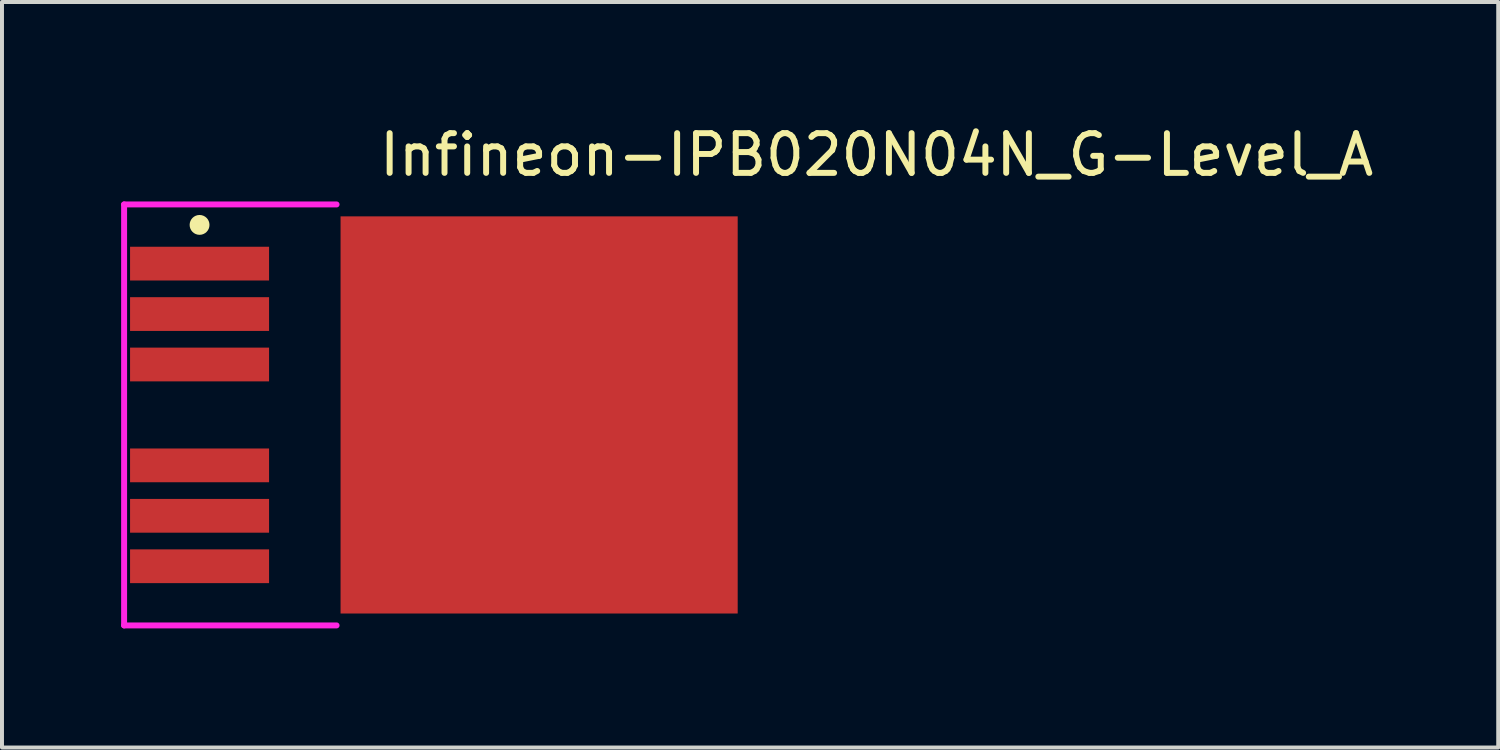
<source format=kicad_pcb>
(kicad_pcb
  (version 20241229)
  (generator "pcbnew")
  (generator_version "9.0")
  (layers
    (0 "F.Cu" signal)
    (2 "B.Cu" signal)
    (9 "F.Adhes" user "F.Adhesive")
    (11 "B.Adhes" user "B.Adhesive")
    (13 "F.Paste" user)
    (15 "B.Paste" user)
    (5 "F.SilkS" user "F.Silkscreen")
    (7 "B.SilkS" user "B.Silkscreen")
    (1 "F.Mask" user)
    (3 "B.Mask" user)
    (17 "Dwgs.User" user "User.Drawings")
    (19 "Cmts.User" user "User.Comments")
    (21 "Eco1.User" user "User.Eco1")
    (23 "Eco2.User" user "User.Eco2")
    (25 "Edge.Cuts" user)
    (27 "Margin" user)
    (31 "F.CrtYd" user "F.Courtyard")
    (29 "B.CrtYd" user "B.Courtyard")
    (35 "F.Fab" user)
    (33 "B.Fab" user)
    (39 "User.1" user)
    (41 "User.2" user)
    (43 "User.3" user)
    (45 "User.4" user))
  (footprint "Infineon-IPB020N04N_G-Level_A"
    (layer "F.Cu")
    (at 8.025 7.398)
    (property "Reference" "Infineon-IPB020N04N_G-Level_A" (at -1.6 -6.55 0) (layer "F.SilkS") (effects (font (size 1 1) (thickness 0.15)) (justify left)))
    (attr through_hole)
    (fp_circle (center -6.05 -4.785) (end -5.925 -4.785) (stroke (width 0.25) (type solid)) (fill no) (layer "F.SilkS"))
    (fp_poly (pts (xy 2.04 -0.45) (xy -2.46 -0.45) (xy -2.46 -4.95) (xy 2.04 -4.95)) (stroke (width 0.12) (type solid)) (fill yes) (layer "F.Paste"))
    (fp_poly (pts (xy 2.06 4.94) (xy -2.44 4.94) (xy -2.44 0.44) (xy 2.06 0.44)) (stroke (width 0.12) (type solid)) (fill yes) (layer "F.Paste"))
    (fp_poly (pts (xy 7.43 -0.44) (xy 2.93 -0.44) (xy 2.93 -4.94) (xy 7.43 -4.94)) (stroke (width 0.12) (type solid)) (fill yes) (layer "F.Paste"))
    (fp_poly (pts (xy 7.44 4.95) (xy 2.94 4.95) (xy 2.94 0.45) (xy 7.44 0.45)) (stroke (width 0.12) (type solid)) (fill yes) (layer "F.Paste"))
    (fp_line (start -7.95 -5.3) (end -7.95 5.3) (stroke (width 0.15) (type solid)) (layer "F.CrtYd"))
    (fp_line (start -7.95 5.3) (end -2.6 5.3) (stroke (width 0.15) (type solid)) (layer "F.CrtYd"))
    (fp_line (start -2.6 -5.3) (end -7.95 -5.3) (stroke (width 0.15) (type solid)) (layer "F.CrtYd"))
    (pad "1" smd rect (at -6.05 -3.81 90) (size 0.85 3.5) (layers "F.Cu" "F.Mask" "F.Paste"))
    (pad "2" smd rect (at -6.05 -2.54 90) (size 0.85 3.5) (layers "F.Cu" "F.Mask" "F.Paste"))
    (pad "3" smd rect (at -6.05 -1.27 90) (size 0.85 3.5) (layers "F.Cu" "F.Mask" "F.Paste"))
    (pad "4" smd rect (at 2.5 -0.000001 90) (size 10 10) (layers "F.Cu" "F.Mask"))
    (pad "5" smd rect (at -6.05 1.27 90) (size 0.85 3.5) (layers "F.Cu" "F.Mask" "F.Paste"))
    (pad "6" smd rect (at -6.05 2.54 90) (size 0.85 3.5) (layers "F.Cu" "F.Mask" "F.Paste"))
    (pad "7" smd rect (at -6.05 3.81 90) (size 0.85 3.5) (layers "F.Cu" "F.Mask" "F.Paste")))
  (gr_rect
    (start -3 -3)
    (end 34.675 15.773)
    (stroke (width 0.1) (type default))
    (fill no)
    (layer "Edge.Cuts")))
</source>
